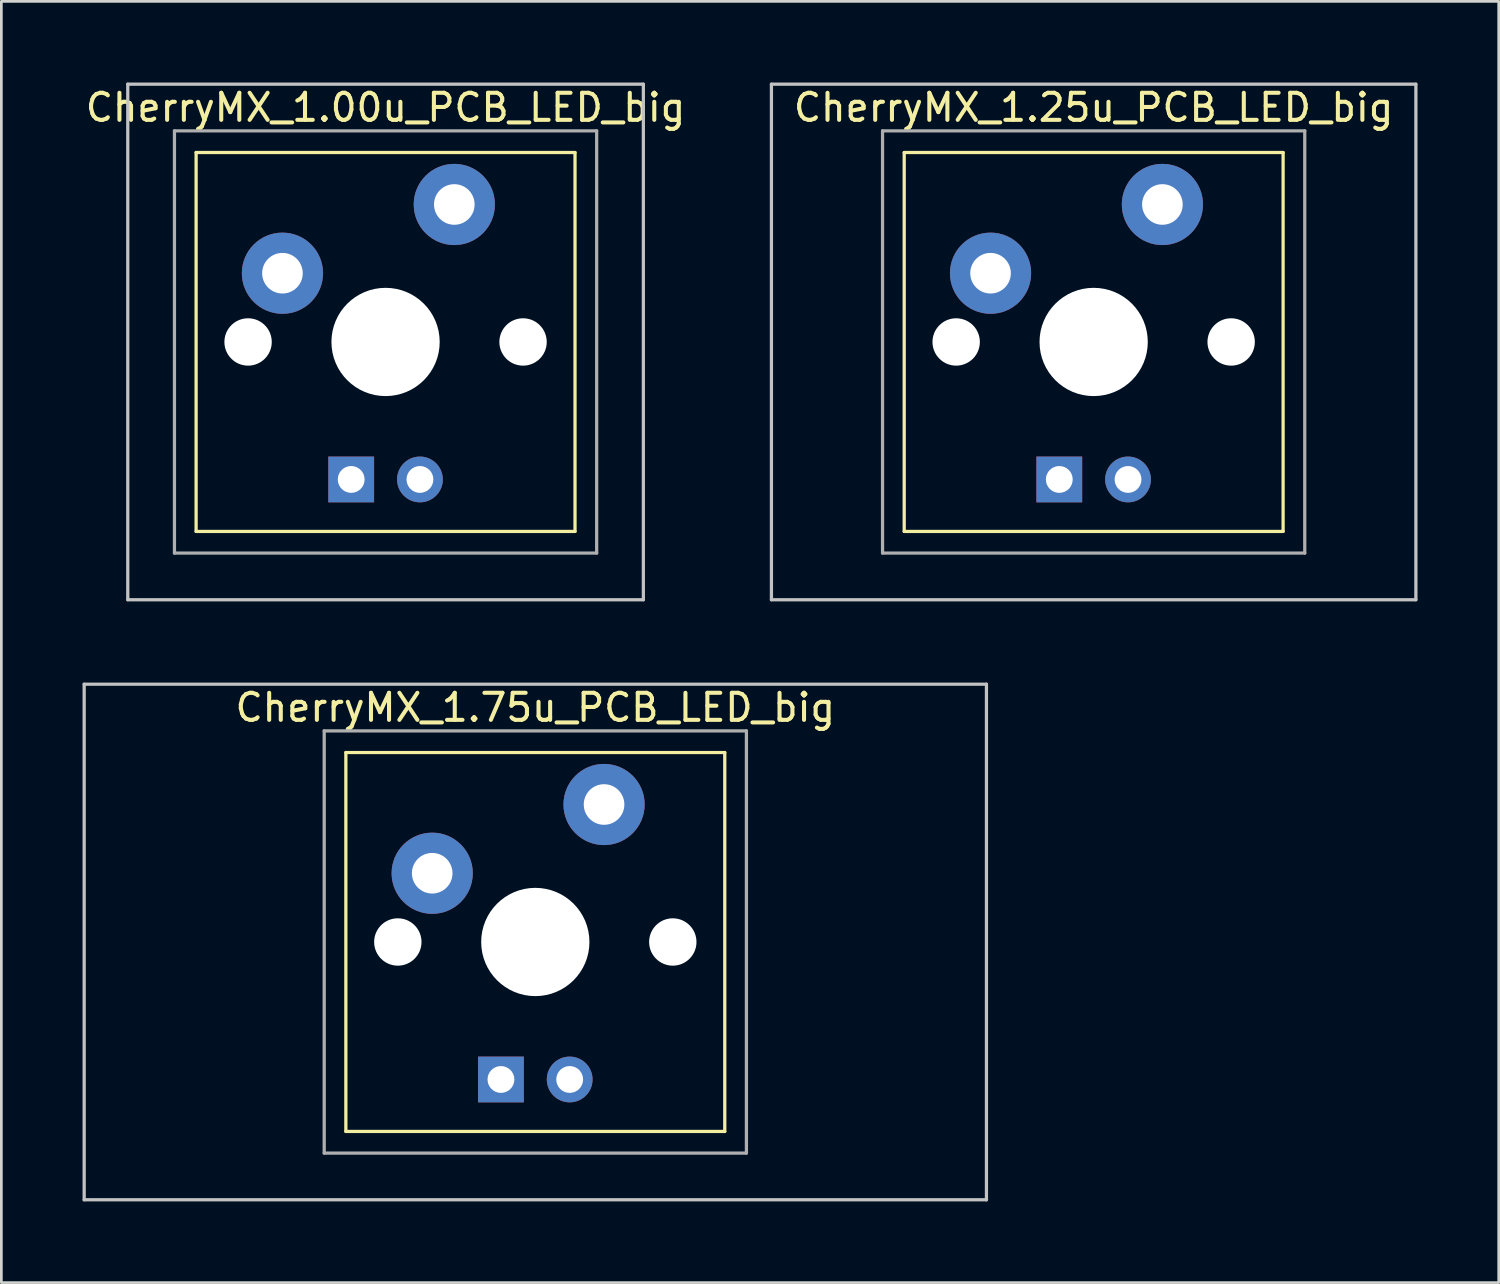
<source format=kicad_pcb>
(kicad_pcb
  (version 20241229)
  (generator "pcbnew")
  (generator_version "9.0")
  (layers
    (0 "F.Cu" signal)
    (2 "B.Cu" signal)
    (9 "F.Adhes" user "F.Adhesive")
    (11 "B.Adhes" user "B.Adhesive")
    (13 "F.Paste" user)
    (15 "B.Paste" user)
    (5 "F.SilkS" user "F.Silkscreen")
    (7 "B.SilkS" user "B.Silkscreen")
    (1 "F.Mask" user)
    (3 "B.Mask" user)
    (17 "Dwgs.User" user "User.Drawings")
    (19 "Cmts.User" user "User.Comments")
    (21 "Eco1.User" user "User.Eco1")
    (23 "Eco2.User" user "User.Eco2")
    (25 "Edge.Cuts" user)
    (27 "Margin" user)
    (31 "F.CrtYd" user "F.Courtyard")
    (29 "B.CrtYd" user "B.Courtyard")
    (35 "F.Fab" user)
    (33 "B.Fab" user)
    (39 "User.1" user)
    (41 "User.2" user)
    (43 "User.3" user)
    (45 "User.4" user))
  (footprint "CherryMX_1.00u_PCB_LED_big"
    (layer "F.Cu")
    (at 11.196 9.585)
    (property "Reference" "CherryMX_1.00u_PCB_LED_big" (at 0 -8.662 0) (layer "F.SilkS") (effects (font (size 1 1) (thickness 0.15))))
    (attr through_hole)
    (fp_line (start -7 -7) (end -7 7) (stroke (width 0.12) (type solid)) (layer "F.SilkS"))
    (fp_line (start -7 -7) (end 7 -7) (stroke (width 0.12) (type solid)) (layer "F.SilkS"))
    (fp_line (start 7 -7) (end 7 7) (stroke (width 0.12) (type solid)) (layer "F.SilkS"))
    (fp_line (start 7 7) (end -7 7) (stroke (width 0.12) (type solid)) (layer "F.SilkS"))
    (fp_line (start -9.525 -9.525) (end 9.525 -9.525) (stroke (width 0.12) (type solid)) (layer "Dwgs.User"))
    (fp_line (start -9.525 9.525) (end -9.525 -9.525) (stroke (width 0.12) (type solid)) (layer "Dwgs.User"))
    (fp_line (start 9.525 -9.525) (end 9.525 9.525) (stroke (width 0.12) (type solid)) (layer "Dwgs.User"))
    (fp_line (start 9.525 9.525) (end -9.525 9.525) (stroke (width 0.12) (type solid)) (layer "Dwgs.User"))
    (fp_line (start -7.8 -7.8) (end -7.8 7.8) (stroke (width 0.12) (type solid)) (layer "F.Fab"))
    (fp_line (start -7.8 -7.8) (end 7.8 -7.8) (stroke (width 0.12) (type solid)) (layer "F.Fab"))
    (fp_line (start -7.8 7.8) (end 7.8 7.8) (stroke (width 0.12) (type solid)) (layer "F.Fab"))
    (fp_line (start 7.8 -7.8) (end 7.8 7.8) (stroke (width 0.12) (type solid)) (layer "F.Fab"))
    (pad "" np_thru_hole circle (at -5.08 0) (size 1.75 1.75) (drill 1.75) (layers "*.Cu" "*.Mask"))
    (pad "" np_thru_hole circle (at 0 0) (size 4 4) (drill 4) (layers "*.Cu" "*.Mask"))
    (pad "" np_thru_hole circle (at 5.08 0) (size 1.75 1.75) (drill 1.75) (layers "*.Cu" "*.Mask"))
    (pad "1" thru_hole circle (at -3.81 -2.54) (size 3 3) (drill 1.5) (layers "*.Cu" "B.Mask"))
    (pad "2" thru_hole circle (at 2.54 -5.08) (size 3 3) (drill 1.5) (layers "*.Cu" "B.Mask"))
    (pad "3" thru_hole rect (at -1.27 5.08) (size 1.691 1.691) (drill 0.991) (layers "*.Cu" "B.Mask"))
    (pad "4" thru_hole circle (at 1.27 5.08) (size 1.691 1.691) (drill 0.991) (layers "*.Cu" "B.Mask")))
  (footprint "CherryMX_1.25u_PCB_LED_big"
    (layer "F.Cu")
    (at 37.359 9.585)
    (property "Reference" "CherryMX_1.25u_PCB_LED_big" (at 0 -8.662 0) (layer "F.SilkS") (effects (font (size 1 1) (thickness 0.15))))
    (attr through_hole)
    (fp_line (start -7 -7) (end -7 7) (stroke (width 0.12) (type solid)) (layer "F.SilkS"))
    (fp_line (start -7 -7) (end 7 -7) (stroke (width 0.12) (type solid)) (layer "F.SilkS"))
    (fp_line (start 7 -7) (end 7 7) (stroke (width 0.12) (type solid)) (layer "F.SilkS"))
    (fp_line (start 7 7) (end -7 7) (stroke (width 0.12) (type solid)) (layer "F.SilkS"))
    (fp_line (start -11.906 -9.525) (end 11.906 -9.525) (stroke (width 0.12) (type solid)) (layer "Dwgs.User"))
    (fp_line (start -11.906 9.525) (end -11.906 -9.525) (stroke (width 0.12) (type solid)) (layer "Dwgs.User"))
    (fp_line (start 11.906 -9.525) (end 11.906 9.525) (stroke (width 0.12) (type solid)) (layer "Dwgs.User"))
    (fp_line (start 11.906 9.525) (end -11.906 9.525) (stroke (width 0.12) (type solid)) (layer "Dwgs.User"))
    (fp_line (start -7.8 -7.8) (end -7.8 7.8) (stroke (width 0.12) (type solid)) (layer "F.Fab"))
    (fp_line (start -7.8 -7.8) (end 7.8 -7.8) (stroke (width 0.12) (type solid)) (layer "F.Fab"))
    (fp_line (start -7.8 7.8) (end 7.8 7.8) (stroke (width 0.12) (type solid)) (layer "F.Fab"))
    (fp_line (start 7.8 -7.8) (end 7.8 7.8) (stroke (width 0.12) (type solid)) (layer "F.Fab"))
    (pad "" np_thru_hole circle (at -5.08 0) (size 1.75 1.75) (drill 1.75) (layers "*.Cu" "*.Mask"))
    (pad "" np_thru_hole circle (at 0 0) (size 4 4) (drill 4) (layers "*.Cu" "*.Mask"))
    (pad "" np_thru_hole circle (at 5.08 0) (size 1.75 1.75) (drill 1.75) (layers "*.Cu" "*.Mask"))
    (pad "1" thru_hole circle (at -3.81 -2.54) (size 3 3) (drill 1.5) (layers "*.Cu" "B.Mask"))
    (pad "2" thru_hole circle (at 2.54 -5.08) (size 3 3) (drill 1.5) (layers "*.Cu" "B.Mask"))
    (pad "3" thru_hole rect (at -1.27 5.08) (size 1.691 1.691) (drill 0.991) (layers "*.Cu" "B.Mask"))
    (pad "4" thru_hole circle (at 1.27 5.08) (size 1.691 1.691) (drill 0.991) (layers "*.Cu" "B.Mask")))
  (footprint "CherryMX_1.75u_PCB_LED_big"
    (layer "F.Cu")
    (at 16.729 31.755)
    (property "Reference" "CherryMX_1.75u_PCB_LED_big" (at 0 -8.662 0) (layer "F.SilkS") (effects (font (size 1 1) (thickness 0.15))))
    (attr through_hole)
    (fp_line (start -7 -7) (end -7 7) (stroke (width 0.12) (type solid)) (layer "F.SilkS"))
    (fp_line (start -7 -7) (end 7 -7) (stroke (width 0.12) (type solid)) (layer "F.SilkS"))
    (fp_line (start 7 -7) (end 7 7) (stroke (width 0.12) (type solid)) (layer "F.SilkS"))
    (fp_line (start 7 7) (end -7 7) (stroke (width 0.12) (type solid)) (layer "F.SilkS"))
    (fp_line (start -16.669 -9.525) (end 16.669 -9.525) (stroke (width 0.12) (type solid)) (layer "Dwgs.User"))
    (fp_line (start -16.669 9.525) (end -16.669 -9.525) (stroke (width 0.12) (type solid)) (layer "Dwgs.User"))
    (fp_line (start 16.669 -9.525) (end 16.669 9.525) (stroke (width 0.12) (type solid)) (layer "Dwgs.User"))
    (fp_line (start 16.669 9.525) (end -16.669 9.525) (stroke (width 0.12) (type solid)) (layer "Dwgs.User"))
    (fp_line (start -7.8 -7.8) (end -7.8 7.8) (stroke (width 0.12) (type solid)) (layer "F.Fab"))
    (fp_line (start -7.8 -7.8) (end 7.8 -7.8) (stroke (width 0.12) (type solid)) (layer "F.Fab"))
    (fp_line (start -7.8 7.8) (end 7.8 7.8) (stroke (width 0.12) (type solid)) (layer "F.Fab"))
    (fp_line (start 7.8 -7.8) (end 7.8 7.8) (stroke (width 0.12) (type solid)) (layer "F.Fab"))
    (pad "" np_thru_hole circle (at -5.08 0) (size 1.75 1.75) (drill 1.75) (layers "*.Cu" "*.Mask"))
    (pad "" np_thru_hole circle (at 0 0) (size 4 4) (drill 4) (layers "*.Cu" "*.Mask"))
    (pad "" np_thru_hole circle (at 5.08 0) (size 1.75 1.75) (drill 1.75) (layers "*.Cu" "*.Mask"))
    (pad "1" thru_hole circle (at -3.81 -2.54) (size 3 3) (drill 1.5) (layers "*.Cu" "B.Mask"))
    (pad "2" thru_hole circle (at 2.54 -5.08) (size 3 3) (drill 1.5) (layers "*.Cu" "B.Mask"))
    (pad "3" thru_hole rect (at -1.27 5.08) (size 1.691 1.691) (drill 0.991) (layers "*.Cu" "B.Mask"))
    (pad "4" thru_hole circle (at 1.27 5.08) (size 1.691 1.691) (drill 0.991) (layers "*.Cu" "B.Mask")))
  (gr_rect
    (start -3 -3)
    (end 52.325 44.34)
    (stroke (width 0.1) (type default))
    (fill no)
    (layer "Edge.Cuts")))
</source>
